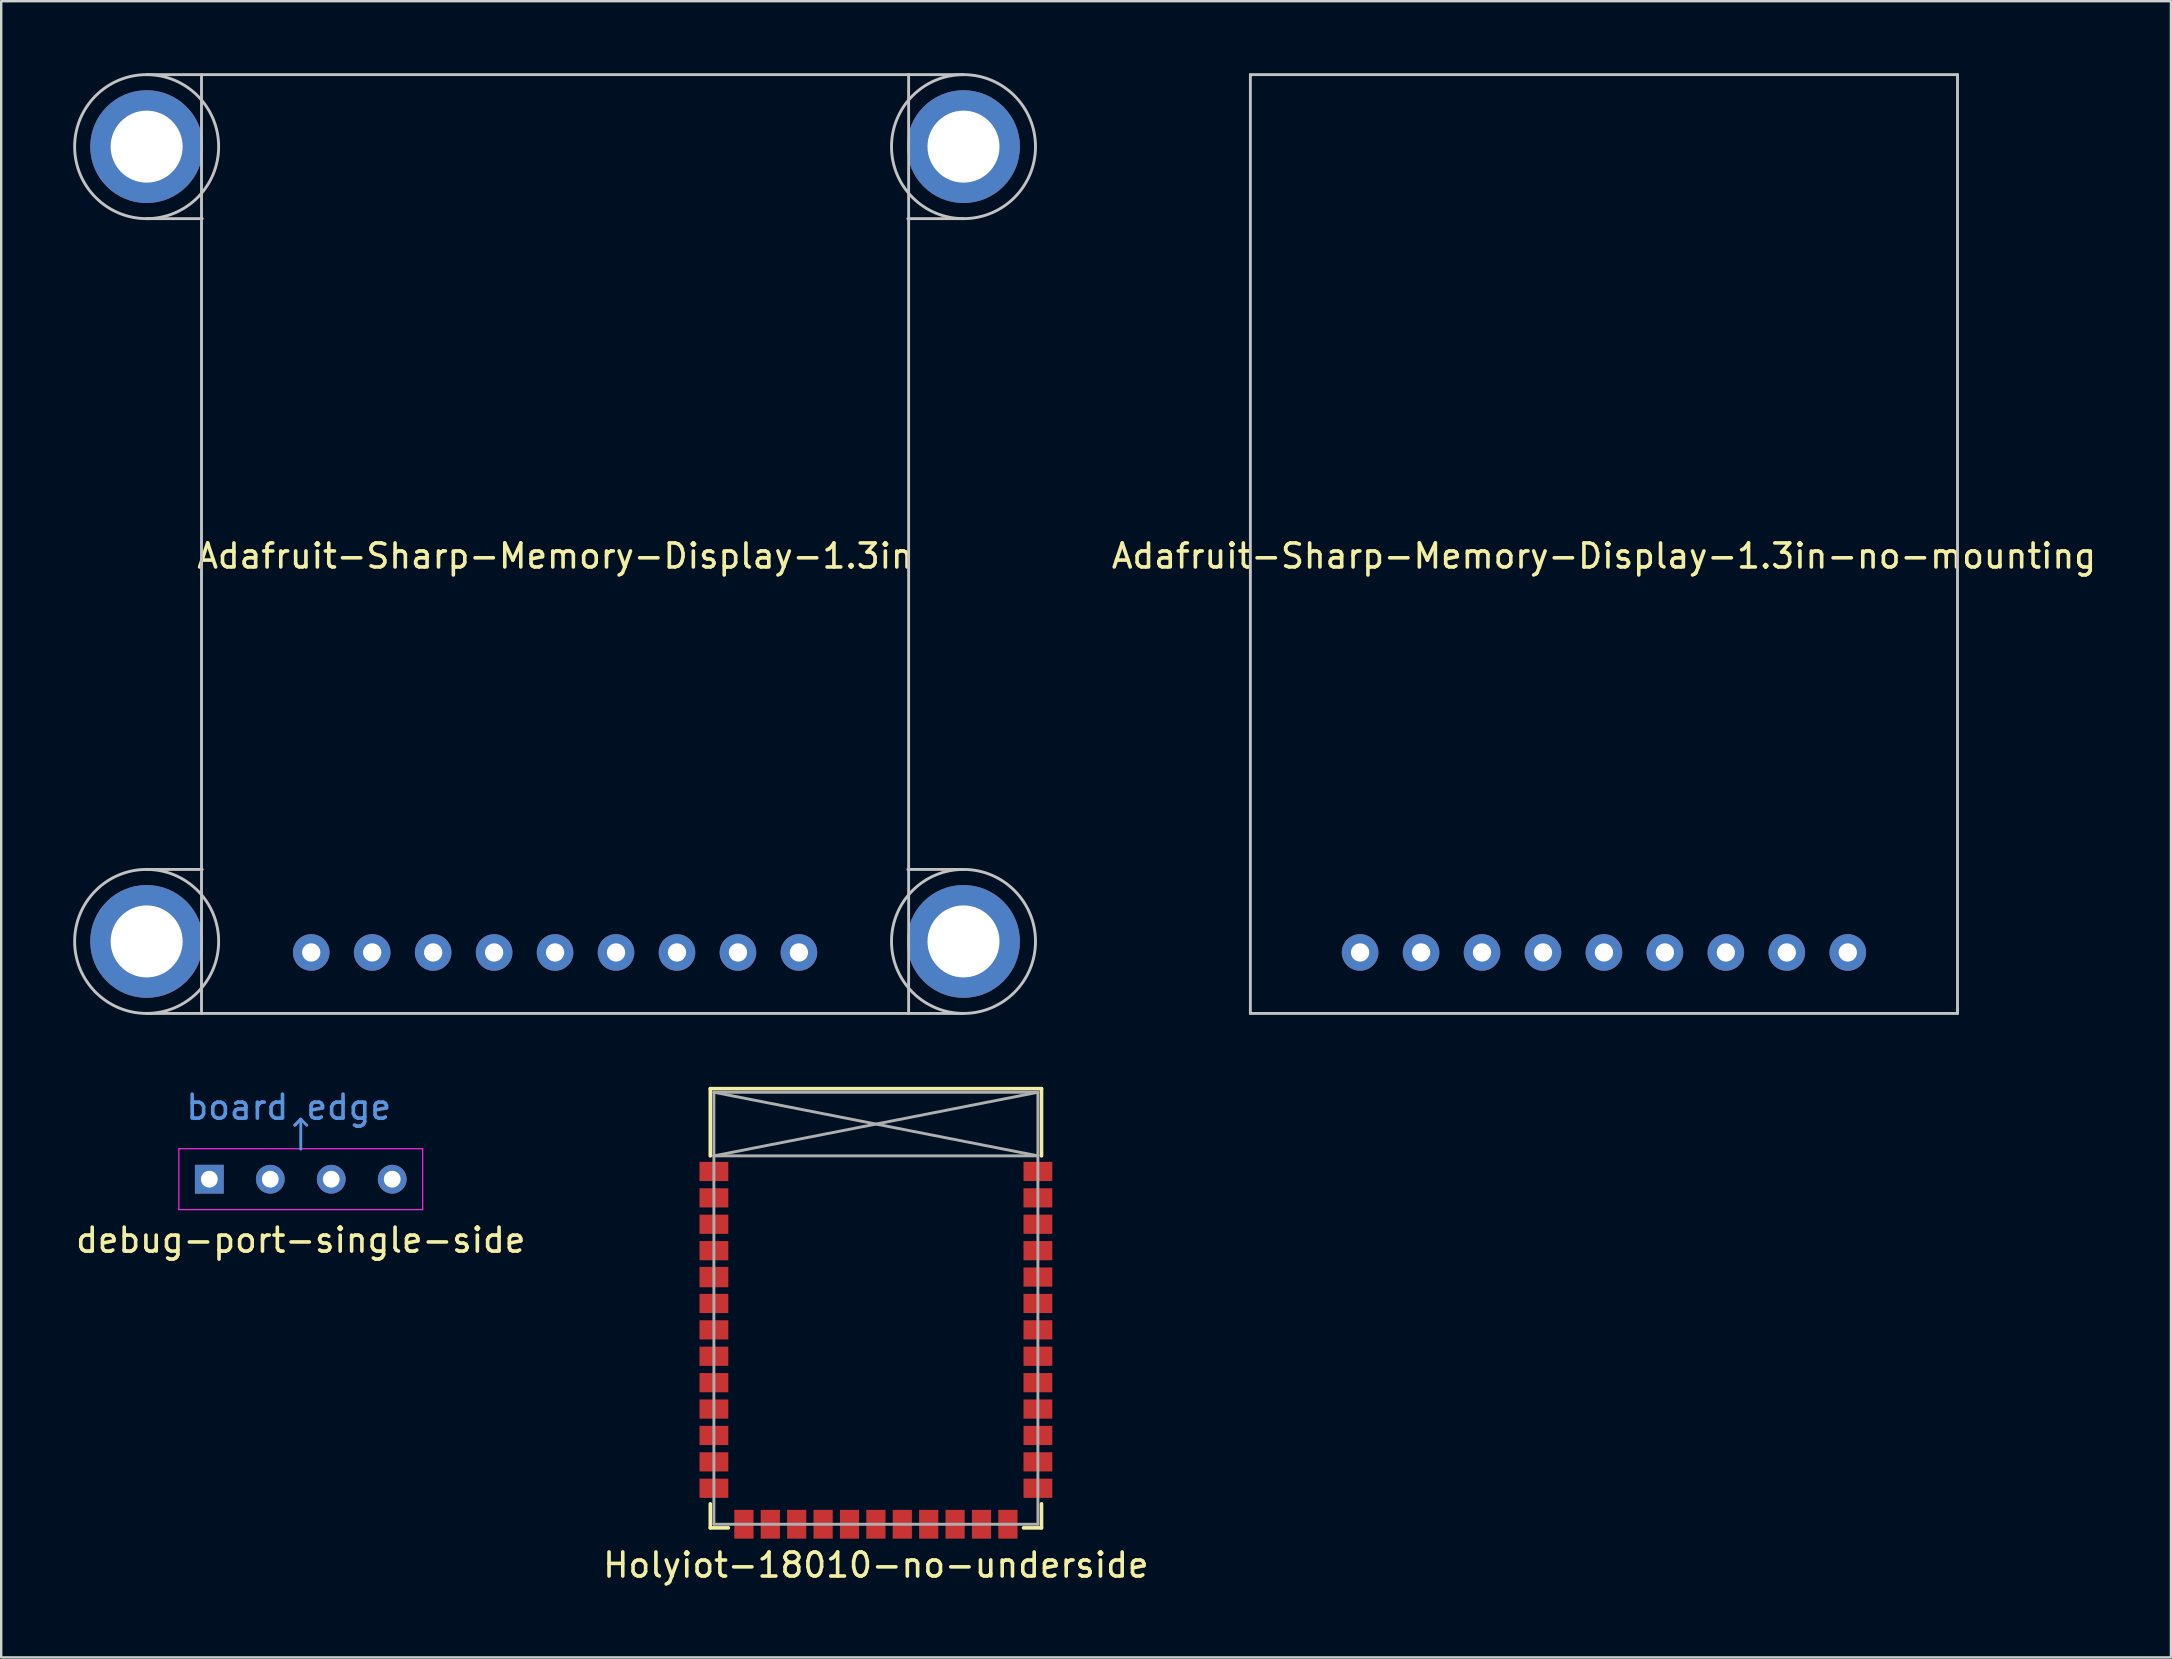
<source format=kicad_pcb>
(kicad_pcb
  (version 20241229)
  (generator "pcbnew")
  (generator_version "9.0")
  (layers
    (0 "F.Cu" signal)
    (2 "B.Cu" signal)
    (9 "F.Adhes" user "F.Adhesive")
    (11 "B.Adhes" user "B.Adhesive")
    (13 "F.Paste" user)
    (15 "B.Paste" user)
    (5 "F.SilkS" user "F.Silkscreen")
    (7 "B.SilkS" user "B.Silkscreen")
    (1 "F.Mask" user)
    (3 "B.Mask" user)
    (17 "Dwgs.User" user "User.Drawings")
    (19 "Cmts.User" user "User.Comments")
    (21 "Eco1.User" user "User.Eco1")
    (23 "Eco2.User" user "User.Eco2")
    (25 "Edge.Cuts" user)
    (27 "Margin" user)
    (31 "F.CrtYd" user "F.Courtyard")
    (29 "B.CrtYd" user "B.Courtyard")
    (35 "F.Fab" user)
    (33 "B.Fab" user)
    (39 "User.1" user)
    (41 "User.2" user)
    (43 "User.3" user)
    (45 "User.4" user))
  (footprint "Adafruit-Sharp-Memory-Display-1.3in-no-mounting"
    (layer "F.Cu")
    (at 63.781 19.618)
    (property "Reference" "Adafruit-Sharp-Memory-Display-1.3in-no-mounting" (at 0 0.5 0) (layer "F.SilkS") (effects (font (size 1 1) (thickness 0.15))))
    (fp_line (start -14.732 -19.558) (end -14.732 19.558) (stroke (width 0.12) (type solid)) (layer "Dwgs.User"))
    (fp_line (start -14.732 19.558) (end 14.732 19.558) (stroke (width 0.12) (type solid)) (layer "Dwgs.User"))
    (fp_line (start 14.732 -19.558) (end -14.732 -19.558) (stroke (width 0.12) (type solid)) (layer "Dwgs.User"))
    (fp_line (start 14.732 -19.558) (end 14.732 19.558) (stroke (width 0.12) (type solid)) (layer "Dwgs.User"))
    (pad "1" thru_hole circle (at -10.16 17.018) (size 1.524 1.524) (drill 0.762) (layers "*.Cu" "*.Mask"))
    (pad "2" thru_hole circle (at -7.62 17.018) (size 1.524 1.524) (drill 0.762) (layers "*.Cu" "*.Mask"))
    (pad "3" thru_hole circle (at -5.08 17.018) (size 1.524 1.524) (drill 0.762) (layers "*.Cu" "*.Mask"))
    (pad "4" thru_hole circle (at -2.54 17.018) (size 1.524 1.524) (drill 0.762) (layers "*.Cu" "*.Mask"))
    (pad "5" thru_hole circle (at 0 17.018) (size 1.524 1.524) (drill 0.762) (layers "*.Cu" "*.Mask"))
    (pad "6" thru_hole circle (at 2.54 17.018) (size 1.524 1.524) (drill 0.762) (layers "*.Cu" "*.Mask"))
    (pad "7" thru_hole circle (at 5.08 17.018) (size 1.524 1.524) (drill 0.762) (layers "*.Cu" "*.Mask"))
    (pad "8" thru_hole circle (at 7.62 17.018) (size 1.524 1.524) (drill 0.762) (layers "*.Cu" "*.Mask"))
    (pad "9" thru_hole circle (at 10.16 17.018) (size 1.524 1.524) (drill 0.762) (layers "*.Cu" "*.Mask")))
  (footprint "Adafruit-Sharp-Memory-Display-1.3in"
    (layer "F.Cu")
    (at 20.078 19.618)
    (property "Reference" "Adafruit-Sharp-Memory-Display-1.3in" (at 0 0.5 0) (layer "F.SilkS") (effects (font (size 1 1) (thickness 0.15))))
    (attr through_hole)
    (fp_line (start -17.018 -19.558) (end -14.732 -19.558) (stroke (width 0.12) (type solid)) (layer "Dwgs.User"))
    (fp_line (start -17.018 -13.558) (end -14.7 -13.558) (stroke (width 0.12) (type solid)) (layer "Dwgs.User"))
    (fp_line (start -17.018 13.558) (end -14.7 13.558) (stroke (width 0.12) (type solid)) (layer "Dwgs.User"))
    (fp_line (start -17.018 19.558) (end -14.732 19.558) (stroke (width 0.12) (type solid)) (layer "Dwgs.User"))
    (fp_line (start -14.732 -19.558) (end -14.732 19.558) (stroke (width 0.12) (type solid)) (layer "Dwgs.User"))
    (fp_line (start -14.732 19.558) (end 14.732 19.558) (stroke (width 0.12) (type solid)) (layer "Dwgs.User"))
    (fp_line (start 14.732 -19.558) (end -14.732 -19.558) (stroke (width 0.12) (type solid)) (layer "Dwgs.User"))
    (fp_line (start 14.732 -19.558) (end 14.732 19.558) (stroke (width 0.12) (type solid)) (layer "Dwgs.User"))
    (fp_line (start 14.732 -19.558) (end 17.018 -19.558) (stroke (width 0.12) (type solid)) (layer "Dwgs.User"))
    (fp_line (start 17.018 -13.558) (end 14.7 -13.558) (stroke (width 0.12) (type solid)) (layer "Dwgs.User"))
    (fp_line (start 17.018 13.558) (end 14.7 13.558) (stroke (width 0.12) (type solid)) (layer "Dwgs.User"))
    (fp_line (start 17.018 19.558) (end 14.732 19.558) (stroke (width 0.12) (type solid)) (layer "Dwgs.User"))
    (fp_circle (center -17.018 -16.558) (end -14.018 -16.558) (stroke (width 0.12) (type solid)) (fill no) (layer "Dwgs.User"))
    (fp_circle (center -17.018 16.558) (end -14.018 16.558) (stroke (width 0.12) (type solid)) (fill no) (layer "Dwgs.User"))
    (fp_circle (center 17.018 -16.558) (end 20.018 -16.558) (stroke (width 0.12) (type solid)) (fill no) (layer "Dwgs.User"))
    (fp_circle (center 17.018 16.558) (end 20.018 16.558) (stroke (width 0.12) (type solid)) (fill no) (layer "Dwgs.User"))
    (pad "" thru_hole circle (at -17.018 -16.558) (size 4.7 4.7) (drill 3) (layers "*.Cu" "*.Mask"))
    (pad "" thru_hole circle (at -17.018 16.558) (size 4.7 4.7) (drill 3) (layers "*.Cu" "*.Mask"))
    (pad "" thru_hole circle (at 17.018 -16.558) (size 4.7 4.7) (drill 3) (layers "*.Cu" "*.Mask"))
    (pad "" thru_hole circle (at 17.018 16.558) (size 4.7 4.7) (drill 3) (layers "*.Cu" "*.Mask"))
    (pad "1" thru_hole circle (at -10.16 17.018) (size 1.524 1.524) (drill 0.762) (layers "*.Cu" "*.Mask"))
    (pad "2" thru_hole circle (at -7.62 17.018) (size 1.524 1.524) (drill 0.762) (layers "*.Cu" "*.Mask"))
    (pad "3" thru_hole circle (at -5.08 17.018) (size 1.524 1.524) (drill 0.762) (layers "*.Cu" "*.Mask"))
    (pad "4" thru_hole circle (at -2.54 17.018) (size 1.524 1.524) (drill 0.762) (layers "*.Cu" "*.Mask"))
    (pad "5" thru_hole circle (at 0 17.018) (size 1.524 1.524) (drill 0.762) (layers "*.Cu" "*.Mask"))
    (pad "6" thru_hole circle (at 2.54 17.018) (size 1.524 1.524) (drill 0.762) (layers "*.Cu" "*.Mask"))
    (pad "7" thru_hole circle (at 5.08 17.018) (size 1.524 1.524) (drill 0.762) (layers "*.Cu" "*.Mask"))
    (pad "8" thru_hole circle (at 7.62 17.018) (size 1.524 1.524) (drill 0.762) (layers "*.Cu" "*.Mask"))
    (pad "9" thru_hole circle (at 10.16 17.018) (size 1.524 1.524) (drill 0.762) (layers "*.Cu" "*.Mask")))
  (footprint "Holyiot-18010-no-underside"
    (layer "F.Cu")
    (at 33.446 51.461)
    (property "Reference" "Holyiot-18010-no-underside" (at 0 10.7 0) (layer "F.SilkS") (effects (font (size 1 1) (thickness 0.15))))
    (attr through_hole)
    (fp_line (start -6.9 -9.15) (end 6.9 -9.15) (stroke (width 0.15) (type solid)) (layer "F.SilkS"))
    (fp_line (start -6.9 -6.35) (end -6.9 -9.15) (stroke (width 0.15) (type solid)) (layer "F.SilkS"))
    (fp_line (start -6.9 8.15) (end -6.9 9.15) (stroke (width 0.15) (type solid)) (layer "F.SilkS"))
    (fp_line (start -6.9 9.15) (end -6.15 9.15) (stroke (width 0.15) (type solid)) (layer "F.SilkS"))
    (fp_line (start 6.15 9.15) (end 6.9 9.15) (stroke (width 0.15) (type solid)) (layer "F.SilkS"))
    (fp_line (start 6.9 -9.15) (end 6.9 -6.35) (stroke (width 0.15) (type solid)) (layer "F.SilkS"))
    (fp_line (start 6.9 8.15) (end 6.9 9.15) (stroke (width 0.15) (type solid)) (layer "F.SilkS"))
    (fp_line (start -6.75 -9) (end -6.75 9) (stroke (width 0.12) (type solid)) (layer "F.Fab"))
    (fp_line (start -6.75 -9) (end 6.75 -9) (stroke (width 0.12) (type solid)) (layer "F.Fab"))
    (fp_line (start -6.75 -6.35) (end 6.75 -9) (stroke (width 0.12) (type solid)) (layer "F.Fab"))
    (fp_line (start -6.75 -6.35) (end 6.75 -6.35) (stroke (width 0.12) (type solid)) (layer "F.Fab"))
    (fp_line (start -6.75 9) (end 6.75 9) (stroke (width 0.12) (type solid)) (layer "F.Fab"))
    (fp_line (start 6.75 -9) (end 6.75 9) (stroke (width 0.12) (type solid)) (layer "F.Fab"))
    (fp_line (start 6.75 -6.35) (end -6.75 -9) (stroke (width 0.12) (type solid)) (layer "F.Fab"))
    (pad "1" smd rect (at -6.75 -5.7) (size 1.2 0.8) (layers "F.Cu" "F.Mask" "F.Paste"))
    (pad "2" smd rect (at -6.75 -4.6) (size 1.2 0.8) (layers "F.Cu" "F.Mask" "F.Paste"))
    (pad "3" smd rect (at -6.75 -3.5) (size 1.2 0.8) (layers "F.Cu" "F.Mask" "F.Paste"))
    (pad "4" smd rect (at -6.75 -2.4) (size 1.2 0.8) (layers "F.Cu" "F.Mask" "F.Paste"))
    (pad "5" smd rect (at -6.75 -1.3) (size 1.2 0.85) (layers "F.Cu" "F.Mask" "F.Paste"))
    (pad "6" smd rect (at -6.75 -0.2) (size 1.2 0.8) (layers "F.Cu" "F.Mask" "F.Paste"))
    (pad "7" smd rect (at -6.75 0.9) (size 1.2 0.8) (layers "F.Cu" "F.Mask" "F.Paste"))
    (pad "8" smd rect (at -6.75 2) (size 1.2 0.8) (layers "F.Cu" "F.Mask" "F.Paste"))
    (pad "9" smd rect (at -6.75 3.1) (size 1.2 0.8) (layers "F.Cu" "F.Mask" "F.Paste"))
    (pad "10" smd rect (at -6.75 4.2) (size 1.2 0.8) (layers "F.Cu" "F.Mask" "F.Paste"))
    (pad "11" smd rect (at -6.75 5.3) (size 1.2 0.8) (layers "F.Cu" "F.Mask" "F.Paste"))
    (pad "12" smd rect (at -6.75 6.4) (size 1.2 0.8) (layers "F.Cu" "F.Mask" "F.Paste"))
    (pad "13" smd rect (at -6.75 7.5) (size 1.2 0.8) (layers "F.Cu" "F.Mask" "F.Paste"))
    (pad "32" smd rect (at 6.75 -5.7) (size 1.2 0.8) (layers "F.Cu" "F.Mask" "F.Paste"))
    (pad "33" smd rect (at 6.75 -4.6) (size 1.2 0.8) (layers "F.Cu" "F.Mask" "F.Paste"))
    (pad "34" smd rect (at 6.75 -3.5) (size 1.2 0.8) (layers "F.Cu" "F.Mask" "F.Paste"))
    (pad "35" smd rect (at 6.75 -2.4) (size 1.2 0.8) (layers "F.Cu" "F.Mask" "F.Paste"))
    (pad "36" smd rect (at 6.75 -1.3) (size 1.2 0.8) (layers "F.Cu" "F.Mask" "F.Paste"))
    (pad "37" smd rect (at 6.75 -0.2) (size 1.2 0.8) (layers "F.Cu" "F.Mask" "F.Paste"))
    (pad "38" smd rect (at 6.75 0.9) (size 1.2 0.8) (layers "F.Cu" "F.Mask" "F.Paste"))
    (pad "39" smd rect (at 6.75 2) (size 1.2 0.8) (layers "F.Cu" "F.Mask" "F.Paste"))
    (pad "40" smd rect (at 6.75 3.1) (size 1.2 0.8) (layers "F.Cu" "F.Mask" "F.Paste"))
    (pad "41" smd rect (at 6.75 4.2) (size 1.2 0.8) (layers "F.Cu" "F.Mask" "F.Paste"))
    (pad "42" smd rect (at 6.75 5.3) (size 1.2 0.8) (layers "F.Cu" "F.Mask" "F.Paste"))
    (pad "43" smd rect (at 6.75 6.4) (size 1.2 0.8) (layers "F.Cu" "F.Mask" "F.Paste"))
    (pad "44" smd rect (at 6.75 7.5) (size 1.2 0.8) (layers "F.Cu" "F.Mask" "F.Paste"))
    (pad "45" smd rect (at 5.5 9 90) (size 1.2 0.8) (layers "F.Cu" "F.Mask" "F.Paste"))
    (pad "46" smd rect (at 4.4 9 90) (size 1.2 0.8) (layers "F.Cu" "F.Mask" "F.Paste"))
    (pad "47" smd rect (at 3.3 9 90) (size 1.2 0.8) (layers "F.Cu" "F.Mask" "F.Paste"))
    (pad "48" smd rect (at 2.2 9 90) (size 1.2 0.8) (layers "F.Cu" "F.Mask" "F.Paste"))
    (pad "49" smd rect (at 1.1 9 90) (size 1.2 0.8) (layers "F.Cu" "F.Mask" "F.Paste"))
    (pad "50" smd rect (at 0 9 90) (size 1.2 0.8) (layers "F.Cu" "F.Mask" "F.Paste"))
    (pad "51" smd rect (at -1.1 9 90) (size 1.2 0.8) (layers "F.Cu" "F.Mask" "F.Paste"))
    (pad "52" smd rect (at -2.2 9 90) (size 1.2 0.8) (layers "F.Cu" "F.Mask" "F.Paste"))
    (pad "53" smd rect (at -3.3 9 90) (size 1.2 0.8) (layers "F.Cu" "F.Mask" "F.Paste"))
    (pad "54" smd rect (at -4.4 9 90) (size 1.2 0.8) (layers "F.Cu" "F.Mask" "F.Paste"))
    (pad "55" smd rect (at -5.5 9 90) (size 1.2 0.8) (layers "F.Cu" "F.Mask" "F.Paste")))
  (footprint "debug-port-single-side"
    (layer "F.Cu")
    (at 9.482 46.084)
    (property "Reference" "debug-port-single-side" (at 0 2.54 0) (layer "F.SilkS") (effects (font (size 1 1) (thickness 0.15))))
    (fp_line (start -0.25 -2.25) (end 0 -2.5) (stroke (width 0.12) (type solid)) (layer "Cmts.User"))
    (fp_line (start 0 -2.5) (end -0.25 -2.25) (stroke (width 0.12) (type solid)) (layer "Cmts.User"))
    (fp_line (start 0 -2.5) (end 0.25 -2.25) (stroke (width 0.12) (type solid)) (layer "Cmts.User"))
    (fp_line (start 0 -1.25) (end 0 -2.5) (stroke (width 0.12) (type solid)) (layer "Cmts.User"))
    (fp_line (start -5.08 -1.27) (end -5.08 1.27) (stroke (width 0.05) (type solid)) (layer "F.CrtYd"))
    (fp_line (start -5.08 1.27) (end 5.08 1.27) (stroke (width 0.05) (type solid)) (layer "F.CrtYd"))
    (fp_line (start 5.08 -1.27) (end -5.08 -1.27) (stroke (width 0.05) (type solid)) (layer "F.CrtYd"))
    (fp_line (start 5.08 1.27) (end 5.08 -1.27) (stroke (width 0.05) (type solid)) (layer "F.CrtYd"))
    (fp_text user "board edge" (at -0.5 -3 0) (unlocked yes) (layer "Cmts.User") (effects (font (size 1 1) (thickness 0.15))))
    (pad "1" thru_hole rect (at -3.81 0 90) (size 1.2 1.2) (drill 0.7) (layers "*.Cu" "F.Mask"))
    (pad "2" thru_hole oval (at -1.27 0 90) (size 1.2 1.2) (drill 0.7) (layers "*.Cu" "F.Mask"))
    (pad "3" thru_hole oval (at 1.27 0 90) (size 1.2 1.2) (drill 0.7) (layers "*.Cu" "F.Mask"))
    (pad "4" thru_hole oval (at 3.81 0 90) (size 1.2 1.2) (drill 0.7) (layers "*.Cu" "F.Mask")))
  (gr_rect
    (start -3 -3)
    (end 87.406 66.009)
    (stroke (width 0.1) (type default))
    (fill no)
    (layer "Edge.Cuts")))
</source>
